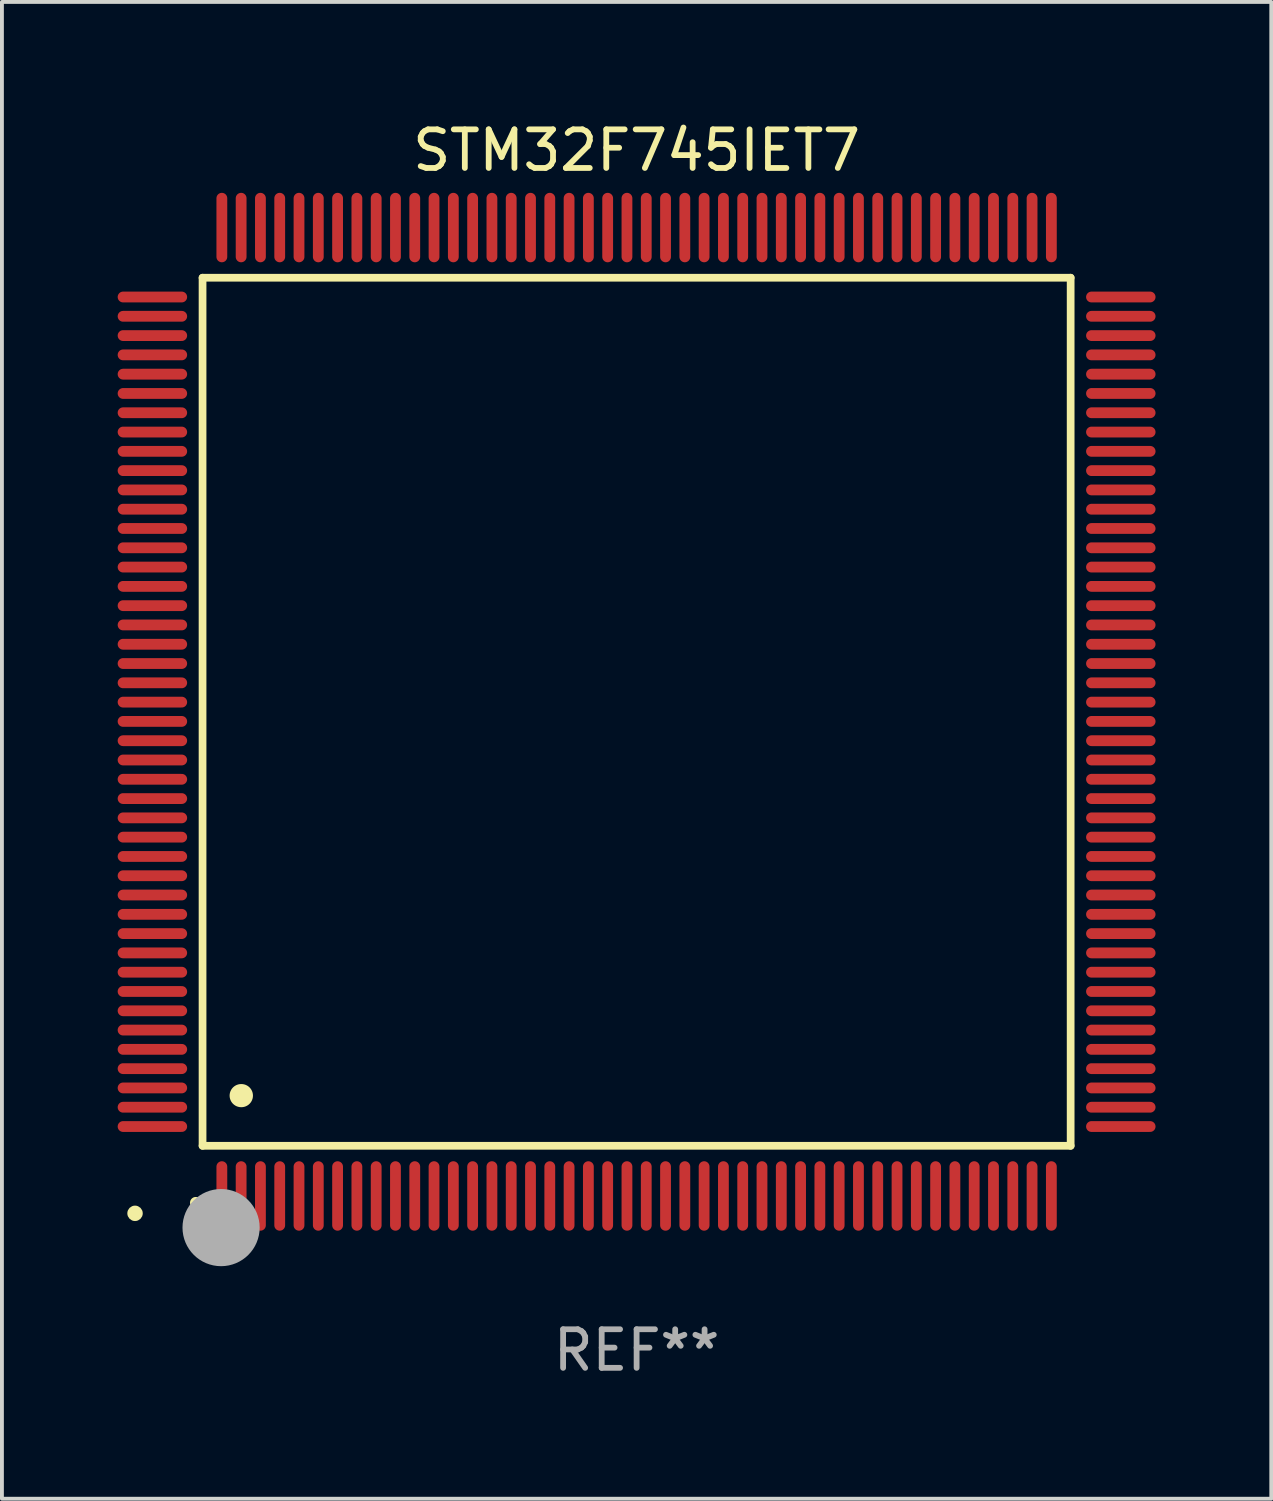
<source format=kicad_pcb>
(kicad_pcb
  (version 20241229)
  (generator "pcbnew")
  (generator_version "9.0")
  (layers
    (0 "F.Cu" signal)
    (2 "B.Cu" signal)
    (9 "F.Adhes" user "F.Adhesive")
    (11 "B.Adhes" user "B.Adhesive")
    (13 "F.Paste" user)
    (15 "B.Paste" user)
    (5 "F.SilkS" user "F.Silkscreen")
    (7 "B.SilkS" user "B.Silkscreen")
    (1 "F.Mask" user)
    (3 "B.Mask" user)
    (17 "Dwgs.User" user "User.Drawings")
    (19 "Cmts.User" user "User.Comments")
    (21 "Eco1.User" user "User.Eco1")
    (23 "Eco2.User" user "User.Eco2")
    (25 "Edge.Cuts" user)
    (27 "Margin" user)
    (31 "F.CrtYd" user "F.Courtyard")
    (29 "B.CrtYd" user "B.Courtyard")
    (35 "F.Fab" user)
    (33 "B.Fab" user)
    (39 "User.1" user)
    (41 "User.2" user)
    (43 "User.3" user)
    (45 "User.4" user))
  (footprint "STM32F745IET7"
    (layer "F.Cu")
    (at 13.45 15.398)
    (property "Reference" "STM32F745IET7" (at 0 -14.55 0) (layer "F.SilkS") (effects (font (size 1 1) (thickness 0.15))))
    (attr through_hole)
    (fp_line (start -11.25 -11.25) (end 11.25 -11.25) (stroke (width 0.2) (type solid)) (layer "F.SilkS"))
    (fp_line (start -11.25 11.25) (end -11.25 -11.25) (stroke (width 0.2) (type solid)) (layer "F.SilkS"))
    (fp_line (start 11.25 -11.25) (end 11.25 11.25) (stroke (width 0.2) (type solid)) (layer "F.SilkS"))
    (fp_line (start 11.25 11.25) (end -11.25 11.25) (stroke (width 0.2) (type solid)) (layer "F.SilkS"))
    (fp_arc (start -11.424943 12.725425) (mid -11.423673 12.72542) (end -11.422403 12.725425) (stroke (width 0.3) (type solid)) (layer "F.SilkS"))
    (fp_arc (start -10.24892 9.9492) (mid -10.24638 9.949189) (end -10.24384 9.9492) (stroke (width 0.6) (type solid)) (layer "F.SilkS"))
    (fp_circle (center -13 13) (end -12.9 13) (stroke (width 0.2) (type solid)) (fill no) (layer "F.SilkS"))
    (fp_circle (center -10.77 13.37) (end -10.27 13.37) (stroke (width 1) (type solid)) (fill no) (layer "F.Fab"))
    (fp_text user "REF**" (at 0 16.55 0) (layer "F.Fab") (effects (font (size 1 1) (thickness 0.15))))
    (pad "1" smd oval (at -10.75 12.55) (size 0.28 1.8) (layers "F.Cu" "F.Mask" "F.Paste"))
    (pad "2" smd oval (at -10.25 12.55) (size 0.28 1.8) (layers "F.Cu" "F.Mask" "F.Paste"))
    (pad "3" smd oval (at -9.75 12.55) (size 0.28 1.8) (layers "F.Cu" "F.Mask" "F.Paste"))
    (pad "4" smd oval (at -9.25 12.55) (size 0.28 1.8) (layers "F.Cu" "F.Mask" "F.Paste"))
    (pad "5" smd oval (at -8.75 12.55) (size 0.28 1.8) (layers "F.Cu" "F.Mask" "F.Paste"))
    (pad "6" smd oval (at -8.25 12.55) (size 0.28 1.8) (layers "F.Cu" "F.Mask" "F.Paste"))
    (pad "7" smd oval (at -7.75 12.55) (size 0.28 1.8) (layers "F.Cu" "F.Mask" "F.Paste"))
    (pad "8" smd oval (at -7.25 12.55) (size 0.28 1.8) (layers "F.Cu" "F.Mask" "F.Paste"))
    (pad "9" smd oval (at -6.75 12.55) (size 0.28 1.8) (layers "F.Cu" "F.Mask" "F.Paste"))
    (pad "10" smd oval (at -6.25 12.55) (size 0.28 1.8) (layers "F.Cu" "F.Mask" "F.Paste"))
    (pad "11" smd oval (at -5.75 12.55) (size 0.28 1.8) (layers "F.Cu" "F.Mask" "F.Paste"))
    (pad "12" smd oval (at -5.25 12.55) (size 0.28 1.8) (layers "F.Cu" "F.Mask" "F.Paste"))
    (pad "13" smd oval (at -4.75 12.55) (size 0.28 1.8) (layers "F.Cu" "F.Mask" "F.Paste"))
    (pad "14" smd oval (at -4.25 12.55) (size 0.28 1.8) (layers "F.Cu" "F.Mask" "F.Paste"))
    (pad "15" smd oval (at -3.75 12.55) (size 0.28 1.8) (layers "F.Cu" "F.Mask" "F.Paste"))
    (pad "16" smd oval (at -3.25 12.55) (size 0.28 1.8) (layers "F.Cu" "F.Mask" "F.Paste"))
    (pad "17" smd oval (at -2.75 12.55) (size 0.28 1.8) (layers "F.Cu" "F.Mask" "F.Paste"))
    (pad "18" smd oval (at -2.25 12.55) (size 0.28 1.8) (layers "F.Cu" "F.Mask" "F.Paste"))
    (pad "19" smd oval (at -1.75 12.55) (size 0.28 1.8) (layers "F.Cu" "F.Mask" "F.Paste"))
    (pad "20" smd oval (at -1.25 12.55) (size 0.28 1.8) (layers "F.Cu" "F.Mask" "F.Paste"))
    (pad "21" smd oval (at -0.75 12.55) (size 0.28 1.8) (layers "F.Cu" "F.Mask" "F.Paste"))
    (pad "22" smd oval (at -0.25 12.55) (size 0.28 1.8) (layers "F.Cu" "F.Mask" "F.Paste"))
    (pad "23" smd oval (at 0.25 12.55) (size 0.28 1.8) (layers "F.Cu" "F.Mask" "F.Paste"))
    (pad "24" smd oval (at 0.75 12.55) (size 0.28 1.8) (layers "F.Cu" "F.Mask" "F.Paste"))
    (pad "25" smd oval (at 1.25 12.55) (size 0.28 1.8) (layers "F.Cu" "F.Mask" "F.Paste"))
    (pad "26" smd oval (at 1.75 12.55) (size 0.28 1.8) (layers "F.Cu" "F.Mask" "F.Paste"))
    (pad "27" smd oval (at 2.25 12.55) (size 0.28 1.8) (layers "F.Cu" "F.Mask" "F.Paste"))
    (pad "28" smd oval (at 2.75 12.55) (size 0.28 1.8) (layers "F.Cu" "F.Mask" "F.Paste"))
    (pad "29" smd oval (at 3.25 12.55) (size 0.28 1.8) (layers "F.Cu" "F.Mask" "F.Paste"))
    (pad "30" smd oval (at 3.75 12.55) (size 0.28 1.8) (layers "F.Cu" "F.Mask" "F.Paste"))
    (pad "31" smd oval (at 4.25 12.55) (size 0.28 1.8) (layers "F.Cu" "F.Mask" "F.Paste"))
    (pad "32" smd oval (at 4.75 12.55) (size 0.28 1.8) (layers "F.Cu" "F.Mask" "F.Paste"))
    (pad "33" smd oval (at 5.25 12.55) (size 0.28 1.8) (layers "F.Cu" "F.Mask" "F.Paste"))
    (pad "34" smd oval (at 5.75 12.55) (size 0.28 1.8) (layers "F.Cu" "F.Mask" "F.Paste"))
    (pad "35" smd oval (at 6.25 12.55) (size 0.28 1.8) (layers "F.Cu" "F.Mask" "F.Paste"))
    (pad "36" smd oval (at 6.75 12.55) (size 0.28 1.8) (layers "F.Cu" "F.Mask" "F.Paste"))
    (pad "37" smd oval (at 7.25 12.55) (size 0.28 1.8) (layers "F.Cu" "F.Mask" "F.Paste"))
    (pad "38" smd oval (at 7.75 12.55) (size 0.28 1.8) (layers "F.Cu" "F.Mask" "F.Paste"))
    (pad "39" smd oval (at 8.25 12.55) (size 0.28 1.8) (layers "F.Cu" "F.Mask" "F.Paste"))
    (pad "40" smd oval (at 8.75 12.55) (size 0.28 1.8) (layers "F.Cu" "F.Mask" "F.Paste"))
    (pad "41" smd oval (at 9.25 12.55) (size 0.28 1.8) (layers "F.Cu" "F.Mask" "F.Paste"))
    (pad "42" smd oval (at 9.75 12.55) (size 0.28 1.8) (layers "F.Cu" "F.Mask" "F.Paste"))
    (pad "43" smd oval (at 10.25 12.55) (size 0.28 1.8) (layers "F.Cu" "F.Mask" "F.Paste"))
    (pad "44" smd oval (at 10.75 12.55) (size 0.28 1.8) (layers "F.Cu" "F.Mask" "F.Paste"))
    (pad "45" smd oval (at 12.55 10.75) (size 1.8 0.28) (layers "F.Cu" "F.Mask" "F.Paste"))
    (pad "46" smd oval (at 12.55 10.25) (size 1.8 0.28) (layers "F.Cu" "F.Mask" "F.Paste"))
    (pad "47" smd oval (at 12.55 9.75) (size 1.8 0.28) (layers "F.Cu" "F.Mask" "F.Paste"))
    (pad "48" smd oval (at 12.55 9.25) (size 1.8 0.28) (layers "F.Cu" "F.Mask" "F.Paste"))
    (pad "49" smd oval (at 12.55 8.75) (size 1.8 0.28) (layers "F.Cu" "F.Mask" "F.Paste"))
    (pad "50" smd oval (at 12.55 8.25) (size 1.8 0.28) (layers "F.Cu" "F.Mask" "F.Paste"))
    (pad "51" smd oval (at 12.55 7.75) (size 1.8 0.28) (layers "F.Cu" "F.Mask" "F.Paste"))
    (pad "52" smd oval (at 12.55 7.25) (size 1.8 0.28) (layers "F.Cu" "F.Mask" "F.Paste"))
    (pad "53" smd oval (at 12.55 6.75) (size 1.8 0.28) (layers "F.Cu" "F.Mask" "F.Paste"))
    (pad "54" smd oval (at 12.55 6.25) (size 1.8 0.28) (layers "F.Cu" "F.Mask" "F.Paste"))
    (pad "55" smd oval (at 12.55 5.75) (size 1.8 0.28) (layers "F.Cu" "F.Mask" "F.Paste"))
    (pad "56" smd oval (at 12.55 5.25) (size 1.8 0.28) (layers "F.Cu" "F.Mask" "F.Paste"))
    (pad "57" smd oval (at 12.55 4.75) (size 1.8 0.28) (layers "F.Cu" "F.Mask" "F.Paste"))
    (pad "58" smd oval (at 12.55 4.25) (size 1.8 0.28) (layers "F.Cu" "F.Mask" "F.Paste"))
    (pad "59" smd oval (at 12.55 3.75) (size 1.8 0.28) (layers "F.Cu" "F.Mask" "F.Paste"))
    (pad "60" smd oval (at 12.55 3.25) (size 1.8 0.28) (layers "F.Cu" "F.Mask" "F.Paste"))
    (pad "61" smd oval (at 12.55 2.75) (size 1.8 0.28) (layers "F.Cu" "F.Mask" "F.Paste"))
    (pad "62" smd oval (at 12.55 2.25) (size 1.8 0.28) (layers "F.Cu" "F.Mask" "F.Paste"))
    (pad "63" smd oval (at 12.55 1.75) (size 1.8 0.28) (layers "F.Cu" "F.Mask" "F.Paste"))
    (pad "64" smd oval (at 12.55 1.25) (size 1.8 0.28) (layers "F.Cu" "F.Mask" "F.Paste"))
    (pad "65" smd oval (at 12.55 0.75) (size 1.8 0.28) (layers "F.Cu" "F.Mask" "F.Paste"))
    (pad "66" smd oval (at 12.55 0.25) (size 1.8 0.28) (layers "F.Cu" "F.Mask" "F.Paste"))
    (pad "67" smd oval (at 12.55 -0.25) (size 1.8 0.28) (layers "F.Cu" "F.Mask" "F.Paste"))
    (pad "68" smd oval (at 12.55 -0.75) (size 1.8 0.28) (layers "F.Cu" "F.Mask" "F.Paste"))
    (pad "69" smd oval (at 12.55 -1.25) (size 1.8 0.28) (layers "F.Cu" "F.Mask" "F.Paste"))
    (pad "70" smd oval (at 12.55 -1.75) (size 1.8 0.28) (layers "F.Cu" "F.Mask" "F.Paste"))
    (pad "71" smd oval (at 12.55 -2.25) (size 1.8 0.28) (layers "F.Cu" "F.Mask" "F.Paste"))
    (pad "72" smd oval (at 12.55 -2.75) (size 1.8 0.28) (layers "F.Cu" "F.Mask" "F.Paste"))
    (pad "73" smd oval (at 12.55 -3.25) (size 1.8 0.28) (layers "F.Cu" "F.Mask" "F.Paste"))
    (pad "74" smd oval (at 12.55 -3.75) (size 1.8 0.28) (layers "F.Cu" "F.Mask" "F.Paste"))
    (pad "75" smd oval (at 12.55 -4.25) (size 1.8 0.28) (layers "F.Cu" "F.Mask" "F.Paste"))
    (pad "76" smd oval (at 12.55 -4.75) (size 1.8 0.28) (layers "F.Cu" "F.Mask" "F.Paste"))
    (pad "77" smd oval (at 12.55 -5.25) (size 1.8 0.28) (layers "F.Cu" "F.Mask" "F.Paste"))
    (pad "78" smd oval (at 12.55 -5.75) (size 1.8 0.28) (layers "F.Cu" "F.Mask" "F.Paste"))
    (pad "79" smd oval (at 12.55 -6.25) (size 1.8 0.28) (layers "F.Cu" "F.Mask" "F.Paste"))
    (pad "80" smd oval (at 12.55 -6.75) (size 1.8 0.28) (layers "F.Cu" "F.Mask" "F.Paste"))
    (pad "81" smd oval (at 12.55 -7.25) (size 1.8 0.28) (layers "F.Cu" "F.Mask" "F.Paste"))
    (pad "82" smd oval (at 12.55 -7.75) (size 1.8 0.28) (layers "F.Cu" "F.Mask" "F.Paste"))
    (pad "83" smd oval (at 12.55 -8.25) (size 1.8 0.28) (layers "F.Cu" "F.Mask" "F.Paste"))
    (pad "84" smd oval (at 12.55 -8.75) (size 1.8 0.28) (layers "F.Cu" "F.Mask" "F.Paste"))
    (pad "85" smd oval (at 12.55 -9.25) (size 1.8 0.28) (layers "F.Cu" "F.Mask" "F.Paste"))
    (pad "86" smd oval (at 12.55 -9.75) (size 1.8 0.28) (layers "F.Cu" "F.Mask" "F.Paste"))
    (pad "87" smd oval (at 12.55 -10.25) (size 1.8 0.28) (layers "F.Cu" "F.Mask" "F.Paste"))
    (pad "88" smd oval (at 12.55 -10.75) (size 1.8 0.28) (layers "F.Cu" "F.Mask" "F.Paste"))
    (pad "89" smd oval (at 10.75 -12.55) (size 0.28 1.8) (layers "F.Cu" "F.Mask" "F.Paste"))
    (pad "90" smd oval (at 10.25 -12.55) (size 0.28 1.8) (layers "F.Cu" "F.Mask" "F.Paste"))
    (pad "91" smd oval (at 9.75 -12.55) (size 0.28 1.8) (layers "F.Cu" "F.Mask" "F.Paste"))
    (pad "92" smd oval (at 9.25 -12.55) (size 0.28 1.8) (layers "F.Cu" "F.Mask" "F.Paste"))
    (pad "93" smd oval (at 8.75 -12.55) (size 0.28 1.8) (layers "F.Cu" "F.Mask" "F.Paste"))
    (pad "94" smd oval (at 8.25 -12.55) (size 0.28 1.8) (layers "F.Cu" "F.Mask" "F.Paste"))
    (pad "95" smd oval (at 7.75 -12.55) (size 0.28 1.8) (layers "F.Cu" "F.Mask" "F.Paste"))
    (pad "96" smd oval (at 7.25 -12.55) (size 0.28 1.8) (layers "F.Cu" "F.Mask" "F.Paste"))
    (pad "97" smd oval (at 6.75 -12.55) (size 0.28 1.8) (layers "F.Cu" "F.Mask" "F.Paste"))
    (pad "98" smd oval (at 6.25 -12.55) (size 0.28 1.8) (layers "F.Cu" "F.Mask" "F.Paste"))
    (pad "99" smd oval (at 5.75 -12.55) (size 0.28 1.8) (layers "F.Cu" "F.Mask" "F.Paste"))
    (pad "100" smd oval (at 5.25 -12.55) (size 0.28 1.8) (layers "F.Cu" "F.Mask" "F.Paste"))
    (pad "101" smd oval (at 4.75 -12.55) (size 0.28 1.8) (layers "F.Cu" "F.Mask" "F.Paste"))
    (pad "102" smd oval (at 4.25 -12.55) (size 0.28 1.8) (layers "F.Cu" "F.Mask" "F.Paste"))
    (pad "103" smd oval (at 3.75 -12.55) (size 0.28 1.8) (layers "F.Cu" "F.Mask" "F.Paste"))
    (pad "104" smd oval (at 3.25 -12.55) (size 0.28 1.8) (layers "F.Cu" "F.Mask" "F.Paste"))
    (pad "105" smd oval (at 2.75 -12.55) (size 0.28 1.8) (layers "F.Cu" "F.Mask" "F.Paste"))
    (pad "106" smd oval (at 2.25 -12.55) (size 0.28 1.8) (layers "F.Cu" "F.Mask" "F.Paste"))
    (pad "107" smd oval (at 1.75 -12.55) (size 0.28 1.8) (layers "F.Cu" "F.Mask" "F.Paste"))
    (pad "108" smd oval (at 1.25 -12.55) (size 0.28 1.8) (layers "F.Cu" "F.Mask" "F.Paste"))
    (pad "109" smd oval (at 0.75 -12.55) (size 0.28 1.8) (layers "F.Cu" "F.Mask" "F.Paste"))
    (pad "110" smd oval (at 0.25 -12.55) (size 0.28 1.8) (layers "F.Cu" "F.Mask" "F.Paste"))
    (pad "111" smd oval (at -0.25 -12.55) (size 0.28 1.8) (layers "F.Cu" "F.Mask" "F.Paste"))
    (pad "112" smd oval (at -0.75 -12.55) (size 0.28 1.8) (layers "F.Cu" "F.Mask" "F.Paste"))
    (pad "113" smd oval (at -1.25 -12.55) (size 0.28 1.8) (layers "F.Cu" "F.Mask" "F.Paste"))
    (pad "114" smd oval (at -1.75 -12.55) (size 0.28 1.8) (layers "F.Cu" "F.Mask" "F.Paste"))
    (pad "115" smd oval (at -2.25 -12.55) (size 0.28 1.8) (layers "F.Cu" "F.Mask" "F.Paste"))
    (pad "116" smd oval (at -2.75 -12.55) (size 0.28 1.8) (layers "F.Cu" "F.Mask" "F.Paste"))
    (pad "117" smd oval (at -3.25 -12.55) (size 0.28 1.8) (layers "F.Cu" "F.Mask" "F.Paste"))
    (pad "118" smd oval (at -3.75 -12.55) (size 0.28 1.8) (layers "F.Cu" "F.Mask" "F.Paste"))
    (pad "119" smd oval (at -4.25 -12.55) (size 0.28 1.8) (layers "F.Cu" "F.Mask" "F.Paste"))
    (pad "120" smd oval (at -4.75 -12.55) (size 0.28 1.8) (layers "F.Cu" "F.Mask" "F.Paste"))
    (pad "121" smd oval (at -5.25 -12.55) (size 0.28 1.8) (layers "F.Cu" "F.Mask" "F.Paste"))
    (pad "122" smd oval (at -5.75 -12.55) (size 0.28 1.8) (layers "F.Cu" "F.Mask" "F.Paste"))
    (pad "123" smd oval (at -6.25 -12.55) (size 0.28 1.8) (layers "F.Cu" "F.Mask" "F.Paste"))
    (pad "124" smd oval (at -6.75 -12.55) (size 0.28 1.8) (layers "F.Cu" "F.Mask" "F.Paste"))
    (pad "125" smd oval (at -7.25 -12.55) (size 0.28 1.8) (layers "F.Cu" "F.Mask" "F.Paste"))
    (pad "126" smd oval (at -7.75 -12.55) (size 0.28 1.8) (layers "F.Cu" "F.Mask" "F.Paste"))
    (pad "127" smd oval (at -8.25 -12.55) (size 0.28 1.8) (layers "F.Cu" "F.Mask" "F.Paste"))
    (pad "128" smd oval (at -8.75 -12.55) (size 0.28 1.8) (layers "F.Cu" "F.Mask" "F.Paste"))
    (pad "129" smd oval (at -9.25 -12.55) (size 0.28 1.8) (layers "F.Cu" "F.Mask" "F.Paste"))
    (pad "130" smd oval (at -9.75 -12.55) (size 0.28 1.8) (layers "F.Cu" "F.Mask" "F.Paste"))
    (pad "131" smd oval (at -10.25 -12.55) (size 0.28 1.8) (layers "F.Cu" "F.Mask" "F.Paste"))
    (pad "132" smd oval (at -10.75 -12.55) (size 0.28 1.8) (layers "F.Cu" "F.Mask" "F.Paste"))
    (pad "133" smd oval (at -12.55 -10.75) (size 1.8 0.28) (layers "F.Cu" "F.Mask" "F.Paste"))
    (pad "134" smd oval (at -12.55 -10.25) (size 1.8 0.28) (layers "F.Cu" "F.Mask" "F.Paste"))
    (pad "135" smd oval (at -12.55 -9.75) (size 1.8 0.28) (layers "F.Cu" "F.Mask" "F.Paste"))
    (pad "136" smd oval (at -12.55 -9.25) (size 1.8 0.28) (layers "F.Cu" "F.Mask" "F.Paste"))
    (pad "137" smd oval (at -12.55 -8.75) (size 1.8 0.28) (layers "F.Cu" "F.Mask" "F.Paste"))
    (pad "138" smd oval (at -12.55 -8.25) (size 1.8 0.28) (layers "F.Cu" "F.Mask" "F.Paste"))
    (pad "139" smd oval (at -12.55 -7.75) (size 1.8 0.28) (layers "F.Cu" "F.Mask" "F.Paste"))
    (pad "140" smd oval (at -12.55 -7.25) (size 1.8 0.28) (layers "F.Cu" "F.Mask" "F.Paste"))
    (pad "141" smd oval (at -12.55 -6.75) (size 1.8 0.28) (layers "F.Cu" "F.Mask" "F.Paste"))
    (pad "142" smd oval (at -12.55 -6.25) (size 1.8 0.28) (layers "F.Cu" "F.Mask" "F.Paste"))
    (pad "143" smd oval (at -12.55 -5.75) (size 1.8 0.28) (layers "F.Cu" "F.Mask" "F.Paste"))
    (pad "144" smd oval (at -12.55 -5.25) (size 1.8 0.28) (layers "F.Cu" "F.Mask" "F.Paste"))
    (pad "145" smd oval (at -12.55 -4.75) (size 1.8 0.28) (layers "F.Cu" "F.Mask" "F.Paste"))
    (pad "146" smd oval (at -12.55 -4.25) (size 1.8 0.28) (layers "F.Cu" "F.Mask" "F.Paste"))
    (pad "147" smd oval (at -12.55 -3.75) (size 1.8 0.28) (layers "F.Cu" "F.Mask" "F.Paste"))
    (pad "148" smd oval (at -12.55 -3.25) (size 1.8 0.28) (layers "F.Cu" "F.Mask" "F.Paste"))
    (pad "149" smd oval (at -12.55 -2.75) (size 1.8 0.28) (layers "F.Cu" "F.Mask" "F.Paste"))
    (pad "150" smd oval (at -12.55 -2.25) (size 1.8 0.28) (layers "F.Cu" "F.Mask" "F.Paste"))
    (pad "151" smd oval (at -12.55 -1.75) (size 1.8 0.28) (layers "F.Cu" "F.Mask" "F.Paste"))
    (pad "152" smd oval (at -12.55 -1.25) (size 1.8 0.28) (layers "F.Cu" "F.Mask" "F.Paste"))
    (pad "153" smd oval (at -12.55 -0.75) (size 1.8 0.28) (layers "F.Cu" "F.Mask" "F.Paste"))
    (pad "154" smd oval (at -12.55 -0.25) (size 1.8 0.28) (layers "F.Cu" "F.Mask" "F.Paste"))
    (pad "155" smd oval (at -12.55 0.25) (size 1.8 0.28) (layers "F.Cu" "F.Mask" "F.Paste"))
    (pad "156" smd oval (at -12.55 0.75) (size 1.8 0.28) (layers "F.Cu" "F.Mask" "F.Paste"))
    (pad "157" smd oval (at -12.55 1.25) (size 1.8 0.28) (layers "F.Cu" "F.Mask" "F.Paste"))
    (pad "158" smd oval (at -12.55 1.75) (size 1.8 0.28) (layers "F.Cu" "F.Mask" "F.Paste"))
    (pad "159" smd oval (at -12.55 2.25) (size 1.8 0.28) (layers "F.Cu" "F.Mask" "F.Paste"))
    (pad "160" smd oval (at -12.55 2.75) (size 1.8 0.28) (layers "F.Cu" "F.Mask" "F.Paste"))
    (pad "161" smd oval (at -12.55 3.25) (size 1.8 0.28) (layers "F.Cu" "F.Mask" "F.Paste"))
    (pad "162" smd oval (at -12.55 3.75) (size 1.8 0.28) (layers "F.Cu" "F.Mask" "F.Paste"))
    (pad "163" smd oval (at -12.55 4.25) (size 1.8 0.28) (layers "F.Cu" "F.Mask" "F.Paste"))
    (pad "164" smd oval (at -12.55 4.75) (size 1.8 0.28) (layers "F.Cu" "F.Mask" "F.Paste"))
    (pad "165" smd oval (at -12.55 5.25) (size 1.8 0.28) (layers "F.Cu" "F.Mask" "F.Paste"))
    (pad "166" smd oval (at -12.55 5.75) (size 1.8 0.28) (layers "F.Cu" "F.Mask" "F.Paste"))
    (pad "167" smd oval (at -12.55 6.25) (size 1.8 0.28) (layers "F.Cu" "F.Mask" "F.Paste"))
    (pad "168" smd oval (at -12.55 6.75) (size 1.8 0.28) (layers "F.Cu" "F.Mask" "F.Paste"))
    (pad "169" smd oval (at -12.55 7.25) (size 1.8 0.28) (layers "F.Cu" "F.Mask" "F.Paste"))
    (pad "170" smd oval (at -12.55 7.75) (size 1.8 0.28) (layers "F.Cu" "F.Mask" "F.Paste"))
    (pad "171" smd oval (at -12.55 8.25) (size 1.8 0.28) (layers "F.Cu" "F.Mask" "F.Paste"))
    (pad "172" smd oval (at -12.55 8.75) (size 1.8 0.28) (layers "F.Cu" "F.Mask" "F.Paste"))
    (pad "173" smd oval (at -12.55 9.25) (size 1.8 0.28) (layers "F.Cu" "F.Mask" "F.Paste"))
    (pad "174" smd oval (at -12.55 9.75) (size 1.8 0.28) (layers "F.Cu" "F.Mask" "F.Paste"))
    (pad "175" smd oval (at -12.55 10.25) (size 1.8 0.28) (layers "F.Cu" "F.Mask" "F.Paste"))
    (pad "176" smd oval (at -12.55 10.75) (size 1.8 0.28) (layers "F.Cu" "F.Mask" "F.Paste")))
  (gr_rect
    (start -3 -3)
    (end 29.9 35.796)
    (stroke (width 0.1) (type default))
    (fill no)
    (layer "Edge.Cuts")))
</source>
